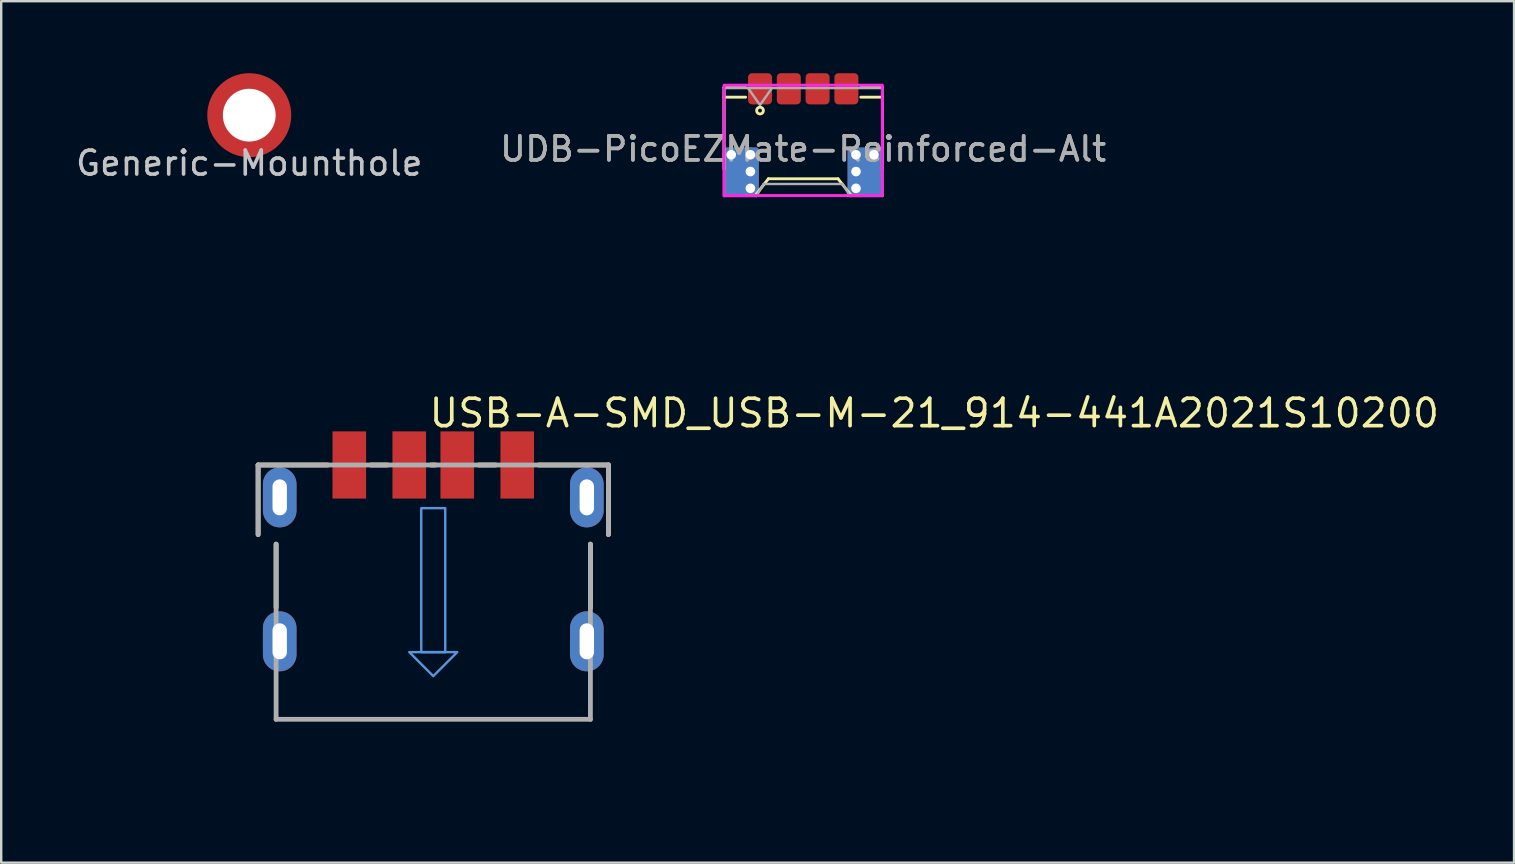
<source format=kicad_pcb>
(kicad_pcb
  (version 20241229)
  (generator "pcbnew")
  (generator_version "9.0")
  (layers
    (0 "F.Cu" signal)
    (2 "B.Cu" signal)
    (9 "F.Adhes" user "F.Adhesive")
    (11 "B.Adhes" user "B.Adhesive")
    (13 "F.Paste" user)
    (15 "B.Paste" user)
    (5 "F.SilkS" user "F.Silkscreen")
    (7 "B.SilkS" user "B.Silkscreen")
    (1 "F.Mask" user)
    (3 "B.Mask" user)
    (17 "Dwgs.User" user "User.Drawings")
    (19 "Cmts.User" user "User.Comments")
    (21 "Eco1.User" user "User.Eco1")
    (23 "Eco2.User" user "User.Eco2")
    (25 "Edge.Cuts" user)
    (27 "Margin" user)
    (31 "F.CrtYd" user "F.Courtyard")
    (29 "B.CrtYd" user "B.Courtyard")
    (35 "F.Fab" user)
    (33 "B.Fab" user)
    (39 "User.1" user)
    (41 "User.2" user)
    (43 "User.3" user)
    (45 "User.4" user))
  (footprint "USB-A-SMD_USB-M-21_914-441A2021S10200"
    (layer "F.Cu")
    (at 15.008 20.068)
    (property "Reference" "USB-A-SMD_USB-M-21_914-441A2021S10200" (at -0.254 -5.899 0) (layer "F.SilkS") (effects (font (size 1.143 1.143) (thickness 0.152)) (justify left)))
    (attr smd)
    (fp_line (start -7.3 -3.738) (end -7.3 -0.838) (stroke (width 0.2) (type default)) (layer "F.SilkS"))
    (fp_line (start -7.3 -3.738) (end -4.4 -3.738) (stroke (width 0.2) (type default)) (layer "F.SilkS"))
    (fp_line (start -6.55 -0.438) (end -6.55 2.2) (stroke (width 0.2) (type default)) (layer "F.SilkS"))
    (fp_line (start -1.9 -3.738) (end -2.6 -3.738) (stroke (width 0.2) (type default)) (layer "F.SilkS"))
    (fp_line (start 0.1 -3.738) (end -0.1 -3.738) (stroke (width 0.2) (type default)) (layer "F.SilkS"))
    (fp_line (start 2.6 -3.738) (end 1.9 -3.738) (stroke (width 0.2) (type default)) (layer "F.SilkS"))
    (fp_line (start 6.55 -0.438) (end 6.55 2.2) (stroke (width 0.2) (type default)) (layer "F.SilkS"))
    (fp_line (start 7.3 -3.738) (end 4.4 -3.738) (stroke (width 0.2) (type default)) (layer "F.SilkS"))
    (fp_line (start 7.3 -3.738) (end 7.3 -0.838) (stroke (width 0.2) (type default)) (layer "F.SilkS"))
    (fp_poly (pts (xy 1 4.062) (xy 0 5.062) (xy -1 4.062)) (stroke (width 0.1) (type solid)) (fill no) (layer "Cmts.User"))
    (fp_poly (pts (xy 0.5 4.062) (xy -0.5 4.062) (xy -0.5 -1.938) (xy 0.5 -1.938)) (stroke (width 0.1) (type solid)) (fill no) (layer "Cmts.User"))
    (fp_line (start -7.3 -3.738) (end -7.3 -0.838) (stroke (width 0.2) (type default)) (layer "F.Fab"))
    (fp_line (start -7.3 -3.738) (end 7.3 -3.738) (stroke (width 0.2) (type default)) (layer "F.Fab"))
    (fp_line (start -6.55 6.862) (end -6.55 -0.438) (stroke (width 0.2) (type default)) (layer "F.Fab"))
    (fp_line (start 6.55 6.862) (end -6.55 6.862) (stroke (width 0.2) (type solid)) (layer "F.Fab"))
    (fp_line (start 6.55 6.862) (end 6.55 -0.438) (stroke (width 0.2) (type default)) (layer "F.Fab"))
    (fp_line (start 7.3 -3.738) (end 7.3 -0.838) (stroke (width 0.2) (type default)) (layer "F.Fab"))
    (fp_line (start -3.5 -3.738) (end -6.4 -3.738) (stroke (width 0.1) (type default)) (layer "User.1"))
    (dimension (type aligned) (layer "User.1") (pts (xy 11.508 16.33) (xy 18.508 16.33)) (height -6.162) (format (prefix "") (suffix "") (units 3) (units_format 1) (precision 4)) (style (thickness 0.1) (arrow_length 1.27) (text_position_mode 0) (arrow_direction outward) (extension_height 0.586) (extension_offset 0.5) (keep_text_aligned yes)) (gr_text "7.0000 mm" (at 15.008 9.018 0) (layer "User.1") (effects (font (size 1 1) (thickness 0.15)))))
    (dimension (type aligned) (layer "User.1") (pts (xy 14.008 16.33) (xy 16.008 16.33)) (height -3.362) (format (prefix "") (suffix "") (units 3) (units_format 1) (precision 4)) (style (thickness 0.1) (arrow_length 1.27) (text_position_mode 0) (arrow_direction outward) (extension_height 0.586) (extension_offset 0.5) (keep_text_aligned yes)) (gr_text "2.0000 mm" (at 15.008 11.818 0) (layer "User.1") (effects (font (size 1 1) (thickness 0.15)))))
    (dimension (type aligned) (layer "User.1") (pts (xy 21.408 23.68) (xy 21.408 17.68)) (height 5.1) (format (prefix "") (suffix "") (units 3) (units_format 1) (precision 4)) (style (thickness 0.1) (arrow_length 1.27) (text_position_mode 0) (arrow_direction outward) (extension_height 0.586) (extension_offset 0.5) (keep_text_aligned yes)) (gr_text "6.0000 mm" (at 25.358 20.68 90) (layer "User.1") (effects (font (size 1 1) (thickness 0.15)))))
    (dimension (type aligned) (layer "User.1") (pts (xy 8.608 23.68) (xy 21.408 23.68)) (height 5.588) (format (prefix "") (suffix "") (units 3) (units_format 1) (precision 4)) (style (thickness 0.1) (arrow_length 1.27) (text_position_mode 0) (arrow_direction outward) (extension_height 0.586) (extension_offset 0.5) (keep_text_aligned yes)) (gr_text "12.8000 mm" (at 15.008 28.118 0) (layer "User.1") (effects (font (size 1 1) (thickness 0.15)))))
    (dimension (type aligned) (layer "User.1") (pts (xy 8.608 17.68) (xy 8.608 16.33)) (height -3) (format (prefix "") (suffix "") (units 3) (units_format 1) (precision 4)) (style (thickness 0.1) (arrow_length 1.27) (text_position_mode 0) (arrow_direction outward) (extension_height 0.586) (extension_offset 0.5) (keep_text_aligned yes)) (gr_text "1.3500 mm" (at 4.458 17.005 90) (layer "User.1") (effects (font (size 1 1) (thickness 0.15)))))
    (pad "1" smd rect (at -3.5 -3.738 180) (size 1.4 2.8) (layers "F.Cu" "F.Mask" "F.Paste"))
    (pad "2" smd rect (at -1 -3.738 180) (size 1.4 2.8) (layers "F.Cu" "F.Mask" "F.Paste"))
    (pad "3" smd rect (at 1 -3.738 180) (size 1.4 2.8) (layers "F.Cu" "F.Mask" "F.Paste"))
    (pad "4" smd rect (at 3.5 -3.738 180) (size 1.4 2.8) (layers "F.Cu" "F.Mask" "F.Paste"))
    (pad "5" thru_hole oval (at -6.4 -2.388 180) (size 1.4 2.5) (drill oval 0.6 1.5) (layers "*.Cu" "*.Mask" "F.Paste"))
    (pad "5" thru_hole oval (at -6.4 3.612 180) (size 1.4 2.5) (drill oval 0.6 1.5) (layers "*.Cu" "*.Mask" "F.Paste"))
    (pad "5" thru_hole oval (at 6.4 -2.388) (size 1.4 2.5) (drill oval 0.6 1.5) (layers "*.Cu" "*.Mask" "F.Paste"))
    (pad "5" thru_hole oval (at 6.4 3.612) (size 1.4 2.5) (drill oval 0.6 1.5) (layers "*.Cu" "*.Mask" "F.Paste")))
  (footprint "UDB-PicoEZMate-Reinforced-Alt"
    (layer "F.Cu")
    (at 30.427 2.6)
    (property "Reference" "UDB-PicoEZMate-Reinforced-Alt" (at 0 0.557 0) (layer "F.Fab") (effects (font (size 1 1) (thickness 0.15))))
    (attr smd)
    (fp_line (start -3.3 -2) (end -3.3 1.4) (stroke (width 0.12) (type solid)) (layer "F.SilkS"))
    (fp_line (start -3.3 -2) (end -2.4 -2) (stroke (width 0.12) (type solid)) (layer "F.SilkS"))
    (fp_line (start -2.4 -1.6) (end -3.3 -1.6) (stroke (width 0.12) (type solid)) (layer "F.SilkS"))
    (fp_line (start -2 2.5) (end -2.5 2.5) (stroke (width 0.12) (type solid)) (layer "F.SilkS"))
    (fp_line (start -1.45 1.8) (end -2 2.5) (stroke (width 0.12) (type solid)) (layer "F.SilkS"))
    (fp_line (start 1.45 1.8) (end -1.45 1.8) (stroke (width 0.12) (type solid)) (layer "F.SilkS"))
    (fp_line (start 2 2.5) (end 1.45 1.8) (stroke (width 0.12) (type solid)) (layer "F.SilkS"))
    (fp_line (start 2 2.5) (end 2.5 2.5) (stroke (width 0.12) (type solid)) (layer "F.SilkS"))
    (fp_line (start 2.4 -2) (end 3.3 -2) (stroke (width 0.12) (type solid)) (layer "F.SilkS"))
    (fp_line (start 3.3 -2) (end 3.3 1.4) (stroke (width 0.12) (type solid)) (layer "F.SilkS"))
    (fp_line (start 3.3 -1.6) (end 2.4 -1.6) (stroke (width 0.12) (type solid)) (layer "F.SilkS"))
    (fp_circle (center -1.8 -1.041) (end -1.7 -1.141) (stroke (width 0.12) (type solid)) (fill no) (layer "F.SilkS"))
    (fp_rect (start -3.3 -2.1) (end 3.3 2.5) (stroke (width 0.12) (type solid)) (fill no) (layer "F.CrtYd"))
    (fp_line (start -3.3 -1.98) (end -3.3 2.52) (stroke (width 0.1) (type solid)) (layer "F.Fab"))
    (fp_line (start -3.3 -1.98) (end 3.3 -1.98) (stroke (width 0.1) (type solid)) (layer "F.Fab"))
    (fp_line (start -3.3 2.52) (end -1.95 2.52) (stroke (width 0.1) (type solid)) (layer "F.Fab"))
    (fp_line (start -2.3 -1.98) (end -1.8 -1.273) (stroke (width 0.1) (type solid)) (layer "F.Fab"))
    (fp_line (start -1.95 2.52) (end -1.65 2.02) (stroke (width 0.1) (type solid)) (layer "F.Fab"))
    (fp_line (start -1.8 -1.273) (end -1.3 -1.98) (stroke (width 0.1) (type solid)) (layer "F.Fab"))
    (fp_line (start -1.65 2.02) (end 1.65 2.02) (stroke (width 0.1) (type solid)) (layer "F.Fab"))
    (fp_line (start 1.65 2.02) (end 1.95 2.52) (stroke (width 0.1) (type solid)) (layer "F.Fab"))
    (fp_line (start 1.95 2.52) (end 3.3 2.52) (stroke (width 0.1) (type solid)) (layer "F.Fab"))
    (fp_line (start 3.3 -1.98) (end 3.3 2.52) (stroke (width 0.1) (type solid)) (layer "F.Fab"))
    (fp_text user "${REFERENCE}" (at -0.004 0.557 0) (layer "F.Fab") (effects (font (size 1 1) (thickness 0.15))))
    (pad "" smd roundrect (at -2.95 2) (size 0.7 1) (layers "F.Mask" "F.Paste") (roundrect_rratio 0.143))
    (pad "" smd roundrect (at -1.8 -2) (size 0.75 1.2) (layers "F.Mask" "F.Paste") (roundrect_rratio 0.167))
    (pad "" smd roundrect (at -0.6 -2) (size 0.75 1.2) (layers "F.Mask" "F.Paste") (roundrect_rratio 0.167))
    (pad "" smd roundrect (at 0.6 -2) (size 0.75 1.2) (layers "F.Mask" "F.Paste") (roundrect_rratio 0.167))
    (pad "" smd roundrect (at 1.8 -2) (size 0.75 1.2) (layers "F.Mask" "F.Paste") (roundrect_rratio 0.167))
    (pad "" smd roundrect (at 2.95 2) (size 0.7 1) (layers "F.Mask" "F.Paste") (roundrect_rratio 0.143))
    (pad "1" smd roundrect (at -1.8 -1.95) (size 1 1.3) (layers "F.Cu") (roundrect_rratio 0.167))
    (pad "2" smd roundrect (at -0.6 -1.95) (size 1 1.3) (layers "F.Cu") (roundrect_rratio 0.167))
    (pad "3" smd roundrect (at 0.6 -1.95) (size 1 1.3) (layers "F.Cu") (roundrect_rratio 0.167))
    (pad "4" smd roundrect (at 1.8 -1.95) (size 1 1.3) (layers "F.Cu") (roundrect_rratio 0.167))
    (pad "MP" thru_hole circle (at -3 0.8) (size 0.6 0.6) (drill 0.4) (layers "*.Cu"))
    (pad "MP" smd roundrect (at -2.575 1.5) (size 1.45 2) (layers "F.Cu") (roundrect_rratio 0.069))
    (pad "MP" smd roundrect (at -2.575 1.5) (size 1.45 2) (layers "B.Cu") (roundrect_rratio 0.069))
    (pad "MP" thru_hole circle (at -2.2 0.8) (size 0.6 0.6) (drill 0.4) (layers "*.Cu"))
    (pad "MP" thru_hole circle (at -2.2 1.5) (size 0.6 0.6) (drill 0.4) (layers "*.Cu"))
    (pad "MP" thru_hole circle (at -2.2 2.2) (size 0.6 0.6) (drill 0.4) (layers "*.Cu"))
    (pad "MP" thru_hole circle (at 2.2 0.8) (size 0.6 0.6) (drill 0.4) (layers "*.Cu"))
    (pad "MP" thru_hole circle (at 2.2 1.5) (size 0.6 0.6) (drill 0.4) (layers "*.Cu"))
    (pad "MP" thru_hole circle (at 2.2 2.2) (size 0.6 0.6) (drill 0.4) (layers "*.Cu"))
    (pad "MP" smd roundrect (at 2.575 1.5) (size 1.45 2) (layers "F.Cu") (roundrect_rratio 0.069))
    (pad "MP" smd roundrect (at 2.575 1.5) (size 1.45 2) (layers "B.Cu") (roundrect_rratio 0.069))
    (pad "MP" thru_hole circle (at 2.95 0.8) (size 0.6 0.6) (drill 0.4) (layers "*.Cu")))
  (footprint "Generic-Mounthole"
    (layer "F.Cu")
    (at 7.339 1.75)
    (property "Reference" "Generic-Mounthole" (at 0 2 0) (layer "Dwgs.User") (effects (font (size 1 1) (thickness 0.15))))
    (attr exclude_from_pos_files exclude_from_bom)
    (pad "" np_thru_hole circle (at 0 0) (size 3.5 3.5) (drill 2.2) (layers "F.Cu" "F.Mask")))
  (gr_rect
    (start -3 -3)
    (end 60.055 32.905)
    (stroke (width 0.1) (type default))
    (fill no)
    (layer "Edge.Cuts")))
</source>
